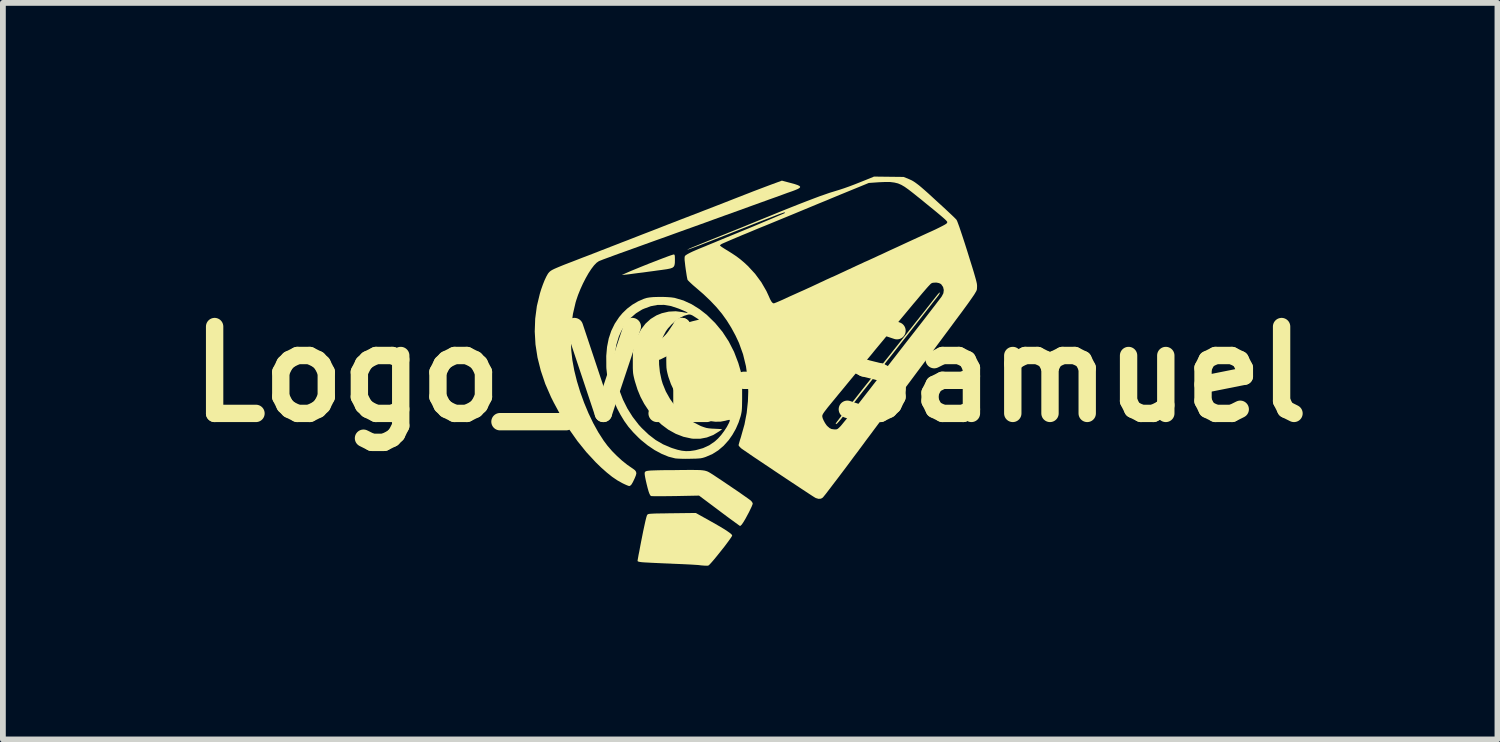
<source format=kicad_pcb>
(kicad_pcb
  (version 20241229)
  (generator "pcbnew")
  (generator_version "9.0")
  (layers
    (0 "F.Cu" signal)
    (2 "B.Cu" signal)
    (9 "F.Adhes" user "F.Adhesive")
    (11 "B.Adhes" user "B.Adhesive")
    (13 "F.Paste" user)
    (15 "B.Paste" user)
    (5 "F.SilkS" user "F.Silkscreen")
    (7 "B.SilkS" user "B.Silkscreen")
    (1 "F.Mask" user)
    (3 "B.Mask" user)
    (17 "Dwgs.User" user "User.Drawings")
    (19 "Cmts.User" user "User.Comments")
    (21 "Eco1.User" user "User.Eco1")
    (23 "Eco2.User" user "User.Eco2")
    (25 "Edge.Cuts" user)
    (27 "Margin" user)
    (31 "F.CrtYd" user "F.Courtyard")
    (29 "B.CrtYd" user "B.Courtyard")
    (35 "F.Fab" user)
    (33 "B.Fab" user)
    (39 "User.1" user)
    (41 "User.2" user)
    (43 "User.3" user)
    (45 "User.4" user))
  (footprint "Logo_V1-Samuel"
    (layer "F.Cu")
    (at 9.907 3.412)
    (property "Reference" "Logo_V1-Samuel" (at 0 0 0) (layer "F.SilkS") (effects (font (size 1.5 1.5) (thickness 0.3))))
    (attr board_only exclude_from_pos_files exclude_from_bom)
    (fp_poly (pts (xy -1.31 -2.064) (xy -1.304 -2.054) (xy -1.301 -2.031) (xy -1.3 -1.992) (xy -1.3 -1.972) (xy -1.301 -1.92) (xy -1.307 -1.882) (xy -1.32 -1.856) (xy -1.344 -1.837) (xy -1.382 -1.824) (xy -1.437 -1.813) (xy -1.478 -1.807) (xy -1.534 -1.799) (xy -1.603 -1.79) (xy -1.681 -1.779) (xy -1.765 -1.768) (xy -1.851 -1.756) (xy -1.934 -1.746) (xy -2.01 -1.736) (xy -2.076 -1.727) (xy -2.127 -1.721) (xy -2.156 -1.718) (xy -2.217 -1.712) (xy -2.156 -1.74) (xy -2.108 -1.761) (xy -2.048 -1.787) (xy -1.977 -1.816) (xy -1.899 -1.848) (xy -1.817 -1.881) (xy -1.732 -1.915) (xy -1.649 -1.947) (xy -1.569 -1.978) (xy -1.496 -2.006) (xy -1.432 -2.03) (xy -1.379 -2.049) (xy -1.342 -2.061) (xy -1.321 -2.067) (xy -1.319 -2.067)) (stroke (width 0) (type solid)) (fill yes) (layer "F.SilkS"))
    (fp_poly (pts (xy -0.706 2.528) (xy -0.598 2.589) (xy -0.51 2.64) (xy -0.439 2.683) (xy -0.385 2.719) (xy -0.346 2.747) (xy -0.322 2.768) (xy -0.312 2.784) (xy -0.311 2.788) (xy -0.318 2.803) (xy -0.337 2.832) (xy -0.366 2.873) (xy -0.402 2.922) (xy -0.444 2.978) (xy -0.49 3.036) (xy -0.537 3.095) (xy -0.583 3.152) (xy -0.625 3.203) (xy -0.663 3.247) (xy -0.693 3.28) (xy -0.713 3.3) (xy -0.716 3.303) (xy -0.739 3.309) (xy -0.784 3.308) (xy -0.849 3.303) (xy -0.872 3.3) (xy -0.898 3.297) (xy -0.944 3.294) (xy -1.006 3.29) (xy -1.081 3.286) (xy -1.167 3.282) (xy -1.26 3.278) (xy -1.358 3.274) (xy -1.367 3.273) (xy -1.495 3.268) (xy -1.603 3.263) (xy -1.692 3.259) (xy -1.764 3.255) (xy -1.821 3.252) (xy -1.865 3.249) (xy -1.897 3.245) (xy -1.919 3.241) (xy -1.933 3.237) (xy -1.941 3.233) (xy -1.944 3.228) (xy -1.945 3.224) (xy -1.943 3.209) (xy -1.937 3.175) (xy -1.928 3.124) (xy -1.915 3.06) (xy -1.901 2.984) (xy -1.885 2.9) (xy -1.871 2.83) (xy -1.848 2.714) (xy -1.827 2.617) (xy -1.81 2.539) (xy -1.796 2.482) (xy -1.785 2.445) (xy -1.778 2.431) (xy -1.773 2.425) (xy -1.765 2.42) (xy -1.754 2.416) (xy -1.736 2.413) (xy -1.71 2.411) (xy -1.673 2.409) (xy -1.624 2.407) (xy -1.559 2.406) (xy -1.477 2.405) (xy -1.375 2.403) (xy -1.349 2.403) (xy -0.939 2.398)) (stroke (width 0) (type solid)) (fill yes) (layer "F.SilkS"))
    (fp_poly (pts (xy -0.921 1.656) (xy -0.867 1.657) (xy -0.824 1.661) (xy -0.788 1.666) (xy -0.758 1.674) (xy -0.731 1.684) (xy -0.705 1.698) (xy -0.677 1.715) (xy -0.645 1.735) (xy -0.607 1.76) (xy -0.603 1.763) (xy -0.55 1.798) (xy -0.488 1.839) (xy -0.42 1.885) (xy -0.349 1.933) (xy -0.277 1.982) (xy -0.207 2.029) (xy -0.143 2.074) (xy -0.086 2.114) (xy -0.039 2.147) (xy -0.005 2.172) (xy 0.013 2.186) (xy 0.014 2.187) (xy 0.034 2.211) (xy 0.044 2.234) (xy 0.044 2.237) (xy 0.039 2.254) (xy 0.026 2.287) (xy 0.005 2.331) (xy -0.02 2.383) (xy -0.036 2.413) (xy -0.08 2.495) (xy -0.117 2.557) (xy -0.145 2.598) (xy -0.167 2.619) (xy -0.175 2.622) (xy -0.186 2.616) (xy -0.212 2.597) (xy -0.252 2.568) (xy -0.304 2.53) (xy -0.366 2.485) (xy -0.436 2.433) (xy -0.512 2.376) (xy -0.533 2.36) (xy -0.883 2.098) (xy -1.289 2.106) (xy -1.382 2.107) (xy -1.469 2.108) (xy -1.547 2.108) (xy -1.613 2.108) (xy -1.664 2.108) (xy -1.699 2.107) (xy -1.714 2.105) (xy -1.728 2.09) (xy -1.744 2.056) (xy -1.755 2.024) (xy -1.772 1.964) (xy -1.788 1.9) (xy -1.802 1.839) (xy -1.813 1.786) (xy -1.82 1.744) (xy -1.822 1.723) (xy -1.822 1.709) (xy -1.82 1.697) (xy -1.815 1.687) (xy -1.804 1.68) (xy -1.787 1.673) (xy -1.76 1.669) (xy -1.723 1.665) (xy -1.672 1.663) (xy -1.608 1.661) (xy -1.526 1.659) (xy -1.427 1.658) (xy -1.307 1.658) (xy -1.289 1.657) (xy -1.169 1.656) (xy -1.07 1.655) (xy -0.988 1.655)) (stroke (width 0) (type solid)) (fill yes) (layer "F.SilkS"))
    (fp_poly (pts (xy 3.273 -1.394) (xy 3.259 -1.369) (xy 3.255 -1.363) (xy 3.244 -1.349) (xy 3.221 -1.319) (xy 3.186 -1.275) (xy 3.142 -1.219) (xy 3.09 -1.152) (xy 3.031 -1.077) (xy 2.967 -0.995) (xy 2.898 -0.907) (xy 2.827 -0.817) (xy 2.754 -0.724) (xy 2.682 -0.632) (xy 2.61 -0.541) (xy 2.542 -0.454) (xy 2.478 -0.373) (xy 2.419 -0.298) (xy 2.367 -0.233) (xy 2.35 -0.211) (xy 2.321 -0.174) (xy 2.28 -0.122) (xy 2.229 -0.059) (xy 2.172 0.015) (xy 2.108 0.095) (xy 2.042 0.179) (xy 1.974 0.264) (xy 1.95 0.294) (xy 1.884 0.378) (xy 1.82 0.46) (xy 1.759 0.537) (xy 1.703 0.607) (xy 1.655 0.668) (xy 1.615 0.718) (xy 1.587 0.753) (xy 1.579 0.764) (xy 1.536 0.815) (xy 1.505 0.849) (xy 1.486 0.863) (xy 1.478 0.859) (xy 1.478 0.857) (xy 1.478 0.855) (xy 1.478 0.852) (xy 1.48 0.848) (xy 1.485 0.842) (xy 1.492 0.831) (xy 1.503 0.816) (xy 1.519 0.796) (xy 1.54 0.768) (xy 1.568 0.732) (xy 1.603 0.688) (xy 1.646 0.633) (xy 1.698 0.568) (xy 1.76 0.49) (xy 1.832 0.399) (xy 1.915 0.293) (xy 2.011 0.172) (xy 2.112 0.046) (xy 2.206 -0.073) (xy 2.288 -0.177) (xy 2.36 -0.267) (xy 2.423 -0.346) (xy 2.478 -0.416) (xy 2.528 -0.479) (xy 2.574 -0.537) (xy 2.617 -0.591) (xy 2.659 -0.645) (xy 2.703 -0.699) (xy 2.748 -0.757) (xy 2.798 -0.819) (xy 2.853 -0.889) (xy 2.889 -0.934) (xy 2.95 -1.011) (xy 3.01 -1.086) (xy 3.065 -1.157) (xy 3.115 -1.22) (xy 3.157 -1.274) (xy 3.189 -1.314) (xy 3.206 -1.336) (xy 3.234 -1.371) (xy 3.257 -1.397) (xy 3.272 -1.41) (xy 3.276 -1.41)) (stroke (width 0) (type solid)) (fill yes) (layer "F.SilkS"))
    (fp_poly (pts (xy 0.694 -3.303) (xy 0.768 -3.283) (xy 0.821 -3.265) (xy 0.853 -3.249) (xy 0.864 -3.233) (xy 0.854 -3.217) (xy 0.825 -3.199) (xy 0.775 -3.178) (xy 0.736 -3.163) (xy 0.699 -3.15) (xy 0.644 -3.131) (xy 0.576 -3.106) (xy 0.497 -3.077) (xy 0.411 -3.046) (xy 0.321 -3.014) (xy 0.272 -2.996) (xy 0.166 -2.958) (xy 0.047 -2.915) (xy -0.077 -2.87) (xy -0.201 -2.825) (xy -0.318 -2.783) (xy -0.421 -2.746) (xy -0.422 -2.746) (xy -0.526 -2.708) (xy -0.643 -2.666) (xy -0.766 -2.621) (xy -0.888 -2.577) (xy -1.002 -2.536) (xy -1.089 -2.505) (xy -1.189 -2.469) (xy -1.3 -2.429) (xy -1.415 -2.387) (xy -1.527 -2.347) (xy -1.631 -2.31) (xy -1.706 -2.283) (xy -1.872 -2.223) (xy -2.019 -2.17) (xy -2.146 -2.124) (xy -2.256 -2.085) (xy -2.349 -2.051) (xy -2.427 -2.022) (xy -2.49 -1.999) (xy -2.539 -1.981) (xy -2.576 -1.966) (xy -2.602 -1.956) (xy -2.615 -1.95) (xy -2.654 -1.923) (xy -2.698 -1.877) (xy -2.745 -1.815) (xy -2.794 -1.74) (xy -2.842 -1.655) (xy -2.889 -1.563) (xy -2.933 -1.466) (xy -2.973 -1.367) (xy -3.006 -1.269) (xy -3.015 -1.239) (xy -3.061 -1.041) (xy -3.089 -0.835) (xy -3.098 -0.62) (xy -3.09 -0.411) (xy -3.071 -0.241) (xy -3.038 -0.062) (xy -2.992 0.123) (xy -2.935 0.31) (xy -2.868 0.495) (xy -2.793 0.675) (xy -2.711 0.846) (xy -2.623 1.005) (xy -2.531 1.148) (xy -2.463 1.239) (xy -2.387 1.327) (xy -2.301 1.414) (xy -2.212 1.495) (xy -2.124 1.565) (xy -2.075 1.599) (xy -2.024 1.634) (xy -1.989 1.661) (xy -1.971 1.687) (xy -1.966 1.714) (xy -1.974 1.748) (xy -1.992 1.793) (xy -1.997 1.804) (xy -2.026 1.865) (xy -2.05 1.906) (xy -2.073 1.928) (xy -2.089 1.933) (xy -2.107 1.928) (xy -2.14 1.915) (xy -2.181 1.896) (xy -2.208 1.883) (xy -2.297 1.833) (xy -2.385 1.773) (xy -2.476 1.7) (xy -2.573 1.614) (xy -2.667 1.523) (xy -2.83 1.347) (xy -2.983 1.157) (xy -3.127 0.953) (xy -3.263 0.731) (xy -3.393 0.49) (xy -3.44 0.396) (xy -3.539 0.169) (xy -3.616 -0.059) (xy -3.673 -0.286) (xy -3.708 -0.512) (xy -3.721 -0.736) (xy -3.713 -0.958) (xy -3.684 -1.177) (xy -3.632 -1.392) (xy -3.609 -1.467) (xy -3.579 -1.551) (xy -3.549 -1.626) (xy -3.519 -1.689) (xy -3.492 -1.736) (xy -3.475 -1.757) (xy -3.46 -1.772) (xy -3.442 -1.786) (xy -3.417 -1.801) (xy -3.385 -1.817) (xy -3.342 -1.836) (xy -3.287 -1.859) (xy -3.216 -1.888) (xy -3.128 -1.922) (xy -3.083 -1.939) (xy -2.993 -1.974) (xy -2.893 -2.013) (xy -2.79 -2.052) (xy -2.692 -2.09) (xy -2.605 -2.124) (xy -2.583 -2.133) (xy -2.504 -2.163) (xy -2.41 -2.2) (xy -2.309 -2.239) (xy -2.207 -2.279) (xy -2.11 -2.316) (xy -2.067 -2.333) (xy -1.972 -2.37) (xy -1.867 -2.411) (xy -1.758 -2.453) (xy -1.652 -2.494) (xy -1.557 -2.531) (xy -1.522 -2.545) (xy -1.43 -2.581) (xy -1.326 -2.621) (xy -1.216 -2.664) (xy -1.109 -2.705) (xy -1.013 -2.742) (xy -0.994 -2.749) (xy -0.814 -2.819) (xy -0.63 -2.89) (xy -0.448 -2.961) (xy -0.272 -3.03) (xy -0.108 -3.094) (xy -0.028 -3.125) (xy 0.053 -3.157) (xy 0.143 -3.191) (xy 0.235 -3.226) (xy 0.32 -3.258) (xy 0.36 -3.273) (xy 0.548 -3.342)) (stroke (width 0) (type solid)) (fill yes) (layer "F.SilkS"))
    (fp_poly (pts (xy -1.438 -1.331) (xy -1.367 -1.326) (xy -1.309 -1.318) (xy -1.297 -1.315) (xy -1.152 -1.272) (xy -1.011 -1.207) (xy -0.873 -1.121) (xy -0.749 -1.024) (xy -0.606 -0.884) (xy -0.479 -0.731) (xy -0.37 -0.564) (xy -0.278 -0.384) (xy -0.205 -0.193) (xy -0.165 -0.056) (xy -0.157 -0.022) (xy -0.151 0.01) (xy -0.146 0.042) (xy -0.143 0.079) (xy -0.141 0.123) (xy -0.14 0.179) (xy -0.139 0.251) (xy -0.139 0.339) (xy -0.139 0.428) (xy -0.14 0.499) (xy -0.141 0.555) (xy -0.143 0.599) (xy -0.146 0.635) (xy -0.151 0.666) (xy -0.157 0.696) (xy -0.165 0.728) (xy -0.2 0.835) (xy -0.248 0.945) (xy -0.307 1.049) (xy -0.37 1.139) (xy -0.459 1.238) (xy -0.552 1.317) (xy -0.652 1.38) (xy -0.763 1.428) (xy -0.765 1.429) (xy -0.798 1.44) (xy -0.827 1.448) (xy -0.858 1.454) (xy -0.895 1.457) (xy -0.943 1.46) (xy -1.006 1.461) (xy -1.044 1.462) (xy -1.113 1.463) (xy -1.177 1.462) (xy -1.234 1.46) (xy -1.277 1.457) (xy -1.296 1.455) (xy -1.41 1.426) (xy -1.529 1.377) (xy -1.65 1.312) (xy -1.77 1.231) (xy -1.886 1.137) (xy -1.925 1.101) (xy -2.021 1.004) (xy -2.103 0.909) (xy -2.175 0.809) (xy -2.242 0.698) (xy -2.295 0.598) (xy -2.371 0.427) (xy -2.427 0.256) (xy -2.464 0.081) (xy -2.484 -0.103) (xy -2.485 -0.139) (xy -2.485 -0.202) (xy -2.343 -0.202) (xy -2.331 -0.041) (xy -2.303 0.121) (xy -2.258 0.282) (xy -2.197 0.441) (xy -2.121 0.593) (xy -2.03 0.738) (xy -1.925 0.874) (xy -1.872 0.932) (xy -1.753 1.045) (xy -1.632 1.138) (xy -1.505 1.212) (xy -1.371 1.269) (xy -1.346 1.278) (xy -1.256 1.306) (xy -1.179 1.323) (xy -1.109 1.33) (xy -1.038 1.328) (xy -0.962 1.317) (xy -0.936 1.312) (xy -0.814 1.278) (xy -0.707 1.229) (xy -0.611 1.163) (xy -0.556 1.113) (xy -0.502 1.053) (xy -0.45 0.984) (xy -0.403 0.912) (xy -0.367 0.844) (xy -0.356 0.817) (xy -0.351 0.799) (xy -0.356 0.79) (xy -0.373 0.791) (xy -0.407 0.799) (xy -0.429 0.805) (xy -0.511 0.821) (xy -0.603 0.822) (xy -0.698 0.81) (xy -0.79 0.784) (xy -0.849 0.759) (xy -0.928 0.714) (xy -1.008 0.659) (xy -1.08 0.602) (xy -1.093 0.589) (xy -1.172 0.506) (xy -1.246 0.405) (xy -1.312 0.292) (xy -1.369 0.171) (xy -1.412 0.049) (xy -1.418 0.028) (xy -1.431 -0.023) (xy -1.44 -0.066) (xy -1.446 -0.111) (xy -1.448 -0.162) (xy -1.449 -0.228) (xy -1.449 -0.239) (xy -1.448 -0.328) (xy -1.442 -0.401) (xy -1.43 -0.465) (xy -1.411 -0.528) (xy -1.384 -0.594) (xy -1.372 -0.62) (xy -1.333 -0.688) (xy -1.281 -0.753) (xy -1.222 -0.81) (xy -1.162 -0.855) (xy -1.139 -0.867) (xy -1.102 -0.882) (xy -1.052 -0.898) (xy -0.999 -0.913) (xy -0.983 -0.917) (xy -0.883 -0.941) (xy -0.956 -0.988) (xy -0.994 -1.012) (xy -1.022 -1.025) (xy -1.044 -1.03) (xy -1.069 -1.029) (xy -1.072 -1.028) (xy -1.14 -1.008) (xy -1.213 -0.972) (xy -1.286 -0.921) (xy -1.357 -0.859) (xy -1.42 -0.79) (xy -1.456 -0.74) (xy -1.504 -0.649) (xy -1.54 -0.542) (xy -1.564 -0.424) (xy -1.575 -0.297) (xy -1.573 -0.165) (xy -1.559 -0.032) (xy -1.531 0.099) (xy -1.511 0.166) (xy -1.457 0.299) (xy -1.385 0.427) (xy -1.3 0.547) (xy -1.202 0.656) (xy -1.094 0.752) (xy -0.979 0.832) (xy -0.86 0.893) (xy -0.841 0.901) (xy -0.796 0.917) (xy -0.757 0.929) (xy -0.714 0.936) (xy -0.663 0.941) (xy -0.617 0.943) (xy -0.483 0.95) (xy -0.533 0.987) (xy -0.637 1.051) (xy -0.748 1.094) (xy -0.863 1.116) (xy -0.983 1.116) (xy -1.016 1.112) (xy -1.153 1.082) (xy -1.285 1.031) (xy -1.413 0.96) (xy -1.533 0.87) (xy -1.645 0.762) (xy -1.748 0.638) (xy -1.831 0.512) (xy -1.894 0.393) (xy -1.946 0.267) (xy -1.99 0.127) (xy -1.997 0.102) (xy -2.008 0.057) (xy -2.016 0.02) (xy -2.022 -0.017) (xy -2.025 -0.057) (xy -2.027 -0.106) (xy -2.027 -0.168) (xy -2.027 -0.222) (xy -2.027 -0.297) (xy -2.025 -0.353) (xy -2.023 -0.397) (xy -2.019 -0.433) (xy -2.013 -0.465) (xy -2.005 -0.498) (xy -1.996 -0.527) (xy -1.946 -0.659) (xy -1.883 -0.775) (xy -1.807 -0.873) (xy -1.719 -0.953) (xy -1.618 -1.015) (xy -1.526 -1.052) (xy -1.405 -1.08) (xy -1.286 -1.086) (xy -1.179 -1.073) (xy -1.128 -1.063) (xy -1.095 -1.058) (xy -1.08 -1.059) (xy -1.085 -1.065) (xy -1.108 -1.078) (xy -1.152 -1.097) (xy -1.216 -1.124) (xy -1.244 -1.135) (xy -1.368 -1.176) (xy -1.487 -1.196) (xy -1.602 -1.195) (xy -1.717 -1.173) (xy -1.834 -1.13) (xy -1.866 -1.116) (xy -1.973 -1.05) (xy -2.07 -0.966) (xy -2.154 -0.865) (xy -2.225 -0.747) (xy -2.268 -0.651) (xy -2.311 -0.509) (xy -2.336 -0.358) (xy -2.343 -0.202) (xy -2.485 -0.202) (xy -2.486 -0.313) (xy -2.472 -0.471) (xy -2.443 -0.616) (xy -2.399 -0.748) (xy -2.339 -0.871) (xy -2.263 -0.985) (xy -2.205 -1.054) (xy -2.125 -1.131) (xy -2.034 -1.2) (xy -1.935 -1.258) (xy -1.836 -1.301) (xy -1.784 -1.317) (xy -1.735 -1.325) (xy -1.671 -1.331) (xy -1.596 -1.333) (xy -1.516 -1.334)) (stroke (width 0) (type solid)) (fill yes) (layer "F.SilkS"))
    (fp_poly (pts (xy 2.394 -3.409) (xy 2.65 -3.406) (xy 2.739 -3.37) (xy 2.766 -3.358) (xy 2.792 -3.346) (xy 2.818 -3.331) (xy 2.847 -3.312) (xy 2.88 -3.288) (xy 2.918 -3.259) (xy 2.962 -3.222) (xy 3.015 -3.176) (xy 3.077 -3.121) (xy 3.15 -3.054) (xy 3.236 -2.975) (xy 3.337 -2.883) (xy 3.377 -2.846) (xy 3.429 -2.797) (xy 3.476 -2.753) (xy 3.516 -2.715) (xy 3.545 -2.686) (xy 3.561 -2.669) (xy 3.563 -2.667) (xy 3.574 -2.646) (xy 3.59 -2.604) (xy 3.612 -2.544) (xy 3.639 -2.464) (xy 3.671 -2.368) (xy 3.708 -2.255) (xy 3.749 -2.126) (xy 3.793 -1.984) (xy 3.807 -1.939) (xy 3.839 -1.837) (xy 3.864 -1.755) (xy 3.883 -1.689) (xy 3.898 -1.636) (xy 3.908 -1.596) (xy 3.915 -1.565) (xy 3.918 -1.54) (xy 3.919 -1.52) (xy 3.918 -1.503) (xy 3.918 -1.502) (xy 3.918 -1.491) (xy 3.917 -1.483) (xy 3.917 -1.474) (xy 3.916 -1.466) (xy 3.914 -1.456) (xy 3.91 -1.445) (xy 3.904 -1.431) (xy 3.894 -1.415) (xy 3.882 -1.394) (xy 3.866 -1.368) (xy 3.845 -1.338) (xy 3.819 -1.3) (xy 3.788 -1.256) (xy 3.751 -1.204) (xy 3.707 -1.144) (xy 3.656 -1.074) (xy 3.597 -0.995) (xy 3.53 -0.905) (xy 3.455 -0.803) (xy 3.37 -0.689) (xy 3.275 -0.561) (xy 3.17 -0.42) (xy 3.054 -0.265) (xy 2.926 -0.094) (xy 2.787 0.093) (xy 2.635 0.296) (xy 2.578 0.372) (xy 2.491 0.488) (xy 2.403 0.606) (xy 2.315 0.724) (xy 2.229 0.839) (xy 2.146 0.95) (xy 2.069 1.054) (xy 1.999 1.147) (xy 1.939 1.229) (xy 1.889 1.296) (xy 1.874 1.317) (xy 1.799 1.416) (xy 1.725 1.516) (xy 1.652 1.614) (xy 1.58 1.709) (xy 1.513 1.798) (xy 1.45 1.88) (xy 1.394 1.954) (xy 1.345 2.018) (xy 1.306 2.069) (xy 1.276 2.106) (xy 1.258 2.128) (xy 1.256 2.131) (xy 1.223 2.151) (xy 1.18 2.154) (xy 1.133 2.14) (xy 1.128 2.137) (xy 1.109 2.126) (xy 1.074 2.104) (xy 1.025 2.072) (xy 0.963 2.031) (xy 0.891 1.984) (xy 0.81 1.93) (xy 0.722 1.872) (xy 0.63 1.811) (xy 0.534 1.747) (xy 0.438 1.683) (xy 0.343 1.619) (xy 0.25 1.557) (xy 0.162 1.498) (xy 0.081 1.444) (xy 0.009 1.395) (xy -0.053 1.352) (xy -0.103 1.318) (xy -0.138 1.294) (xy -0.157 1.28) (xy -0.159 1.278) (xy -0.183 1.254) (xy -0.198 1.234) (xy -0.2 1.227) (xy -0.197 1.211) (xy -0.188 1.179) (xy -0.175 1.134) (xy -0.158 1.082) (xy -0.155 1.07) (xy -0.098 0.868) (xy -0.071 0.727) (xy 1.245 0.727) (xy 1.251 0.759) (xy 1.269 0.801) (xy 1.293 0.845) (xy 1.32 0.884) (xy 1.334 0.899) (xy 1.37 0.931) (xy 1.405 0.948) (xy 1.448 0.954) (xy 1.463 0.955) (xy 1.489 0.954) (xy 1.509 0.947) (xy 1.53 0.93) (xy 1.559 0.901) (xy 1.563 0.897) (xy 1.584 0.872) (xy 1.615 0.834) (xy 1.657 0.783) (xy 1.709 0.718) (xy 1.772 0.638) (xy 1.847 0.542) (xy 1.934 0.43) (xy 2.034 0.301) (xy 2.078 0.245) (xy 2.1 0.216) (xy 2.134 0.172) (xy 2.179 0.114) (xy 2.234 0.045) (xy 2.295 -0.034) (xy 2.363 -0.121) (xy 2.435 -0.214) (xy 2.51 -0.31) (xy 2.567 -0.384) (xy 2.695 -0.549) (xy 2.81 -0.696) (xy 2.912 -0.827) (xy 3.002 -0.942) (xy 3.079 -1.042) (xy 3.145 -1.128) (xy 3.2 -1.199) (xy 3.243 -1.256) (xy 3.277 -1.3) (xy 3.301 -1.332) (xy 3.309 -1.343) (xy 3.337 -1.397) (xy 3.344 -1.453) (xy 3.332 -1.505) (xy 3.3 -1.551) (xy 3.293 -1.557) (xy 3.263 -1.572) (xy 3.22 -1.581) (xy 3.174 -1.58) (xy 3.147 -1.576) (xy 3.142 -1.574) (xy 3.136 -1.571) (xy 3.128 -1.567) (xy 3.119 -1.56) (xy 3.108 -1.549) (xy 3.093 -1.533) (xy 3.073 -1.512) (xy 3.049 -1.485) (xy 3.018 -1.449) (xy 2.98 -1.405) (xy 2.935 -1.352) (xy 2.882 -1.288) (xy 2.818 -1.213) (xy 2.745 -1.125) (xy 2.661 -1.024) (xy 2.565 -0.909) (xy 2.456 -0.778) (xy 2.354 -0.655) (xy 2.318 -0.611) (xy 2.271 -0.554) (xy 2.214 -0.486) (xy 2.152 -0.411) (xy 2.087 -0.331) (xy 2.02 -0.251) (xy 1.976 -0.198) (xy 1.905 -0.111) (xy 1.827 -0.017) (xy 1.747 0.08) (xy 1.668 0.176) (xy 1.595 0.265) (xy 1.53 0.343) (xy 1.509 0.369) (xy 1.44 0.453) (xy 1.384 0.521) (xy 1.339 0.576) (xy 1.305 0.62) (xy 1.28 0.653) (xy 1.263 0.678) (xy 1.252 0.698) (xy 1.247 0.712) (xy 1.245 0.724) (xy 1.245 0.727) (xy -0.071 0.727) (xy -0.06 0.67) (xy -0.039 0.47) (xy -0.033 0.3) (xy -0.043 0.076) (xy -0.073 -0.138) (xy -0.123 -0.343) (xy -0.193 -0.538) (xy -0.253 -0.666) (xy -0.326 -0.801) (xy -0.403 -0.925) (xy -0.487 -1.042) (xy -0.581 -1.155) (xy -0.687 -1.267) (xy -0.808 -1.382) (xy -0.941 -1.497) (xy -0.988 -1.537) (xy -1.028 -1.574) (xy -1.059 -1.604) (xy -1.078 -1.624) (xy -1.082 -1.63) (xy -1.088 -1.656) (xy -1.096 -1.698) (xy -1.104 -1.751) (xy -1.113 -1.81) (xy -1.121 -1.869) (xy -1.127 -1.923) (xy -1.132 -1.966) (xy -1.133 -1.991) (xy -1.132 -2.021) (xy -1.127 -2.04) (xy -1.111 -2.055) (xy -1.082 -2.073) (xy -1.075 -2.077) (xy -1.041 -2.095) (xy -0.993 -2.118) (xy -0.938 -2.142) (xy -0.889 -2.163) (xy -0.835 -2.185) (xy -0.768 -2.212) (xy -0.743 -2.223) (xy -0.522 -2.223) (xy -0.513 -2.213) (xy -0.489 -2.195) (xy -0.452 -2.171) (xy -0.407 -2.143) (xy -0.401 -2.14) (xy -0.312 -2.084) (xy -0.237 -2.034) (xy -0.171 -1.984) (xy -0.107 -1.93) (xy -0.041 -1.869) (xy -0.04 -1.868) (xy 0.085 -1.733) (xy 0.192 -1.588) (xy 0.28 -1.436) (xy 0.318 -1.354) (xy 0.344 -1.295) (xy 0.366 -1.255) (xy 0.385 -1.232) (xy 0.403 -1.223) (xy 0.408 -1.222) (xy 0.423 -1.227) (xy 0.454 -1.239) (xy 0.499 -1.258) (xy 0.554 -1.282) (xy 0.615 -1.31) (xy 0.62 -1.313) (xy 0.688 -1.344) (xy 0.755 -1.374) (xy 0.817 -1.402) (xy 0.868 -1.425) (xy 0.9 -1.439) (xy 0.936 -1.455) (xy 0.988 -1.479) (xy 1.05 -1.507) (xy 1.118 -1.539) (xy 1.189 -1.572) (xy 1.198 -1.577) (xy 1.262 -1.606) (xy 1.318 -1.633) (xy 1.365 -1.654) (xy 1.399 -1.67) (xy 1.416 -1.677) (xy 1.418 -1.678) (xy 1.429 -1.682) (xy 1.457 -1.695) (xy 1.501 -1.715) (xy 1.556 -1.741) (xy 1.621 -1.771) (xy 1.693 -1.805) (xy 1.698 -1.807) (xy 1.771 -1.841) (xy 1.839 -1.873) (xy 1.898 -1.9) (xy 1.946 -1.922) (xy 1.979 -1.938) (xy 1.996 -1.945) (xy 1.996 -1.945) (xy 2.012 -1.952) (xy 2.046 -1.967) (xy 2.093 -1.989) (xy 2.151 -2.015) (xy 2.216 -2.046) (xy 2.257 -2.064) (xy 2.408 -2.135) (xy 2.561 -2.205) (xy 2.72 -2.279) (xy 2.89 -2.357) (xy 3.075 -2.442) (xy 3.133 -2.468) (xy 3.202 -2.5) (xy 3.265 -2.531) (xy 3.318 -2.558) (xy 3.359 -2.58) (xy 3.385 -2.596) (xy 3.392 -2.602) (xy 3.403 -2.617) (xy 3.404 -2.63) (xy 3.392 -2.646) (xy 3.375 -2.664) (xy 3.357 -2.681) (xy 3.324 -2.71) (xy 3.278 -2.749) (xy 3.223 -2.795) (xy 3.16 -2.847) (xy 3.092 -2.902) (xy 3.022 -2.959) (xy 2.953 -3.016) (xy 2.886 -3.069) (xy 2.824 -3.119) (xy 2.77 -3.161) (xy 2.731 -3.191) (xy 2.669 -3.235) (xy 2.611 -3.269) (xy 2.553 -3.294) (xy 2.491 -3.309) (xy 2.42 -3.318) (xy 2.338 -3.319) (xy 2.239 -3.315) (xy 2.205 -3.313) (xy 2.049 -3.302) (xy 1.827 -3.211) (xy 1.751 -3.18) (xy 1.661 -3.143) (xy 1.563 -3.103) (xy 1.464 -3.062) (xy 1.37 -3.023) (xy 1.328 -3.005) (xy 1.188 -2.948) (xy 1.046 -2.889) (xy 0.906 -2.831) (xy 0.769 -2.774) (xy 0.638 -2.72) (xy 0.516 -2.67) (xy 0.407 -2.625) (xy 0.312 -2.586) (xy 0.234 -2.554) (xy 0.228 -2.552) (xy 0.137 -2.515) (xy 0.044 -2.476) (xy -0.049 -2.437) (xy -0.14 -2.4) (xy -0.225 -2.364) (xy -0.303 -2.331) (xy -0.371 -2.302) (xy -0.426 -2.278) (xy -0.465 -2.261) (xy -0.487 -2.251) (xy -0.488 -2.251) (xy -0.511 -2.236) (xy -0.522 -2.224) (xy -0.522 -2.223) (xy -0.743 -2.223) (xy -0.692 -2.244) (xy -0.616 -2.275) (xy -0.561 -2.298) (xy -0.481 -2.331) (xy -0.392 -2.368) (xy -0.302 -2.405) (xy -0.219 -2.439) (xy -0.178 -2.456) (xy -0.088 -2.493) (xy 0.005 -2.531) (xy 0.098 -2.57) (xy 0.19 -2.609) (xy 0.278 -2.646) (xy 0.36 -2.68) (xy 0.433 -2.711) (xy 0.496 -2.738) (xy 0.546 -2.759) (xy 0.58 -2.774) (xy 0.597 -2.782) (xy 0.598 -2.783) (xy 0.598 -2.794) (xy 0.598 -2.795) (xy 0.591 -2.794) (xy 0.574 -2.789) (xy 0.546 -2.779) (xy 0.505 -2.765) (xy 0.45 -2.744) (xy 0.381 -2.717) (xy 0.296 -2.684) (xy 0.194 -2.645) (xy 0.075 -2.598) (xy -0.063 -2.543) (xy -0.2 -2.489) (xy -0.376 -2.419) (xy -0.532 -2.358) (xy -0.668 -2.305) (xy -0.784 -2.26) (xy -0.881 -2.222) (xy -0.959 -2.193) (xy -1.018 -2.171) (xy -1.059 -2.157) (xy -1.081 -2.151) (xy -1.085 -2.152) (xy -1.085 -2.152) (xy -1.072 -2.158) (xy -1.039 -2.173) (xy -0.985 -2.196) (xy -0.911 -2.226) (xy -0.816 -2.265) (xy -0.702 -2.311) (xy -0.568 -2.365) (xy -0.415 -2.426) (xy -0.394 -2.435) (xy -0.306 -2.47) (xy -0.229 -2.501) (xy -0.156 -2.53) (xy -0.083 -2.56) (xy -0.003 -2.593) (xy 0.09 -2.631) (xy 0.139 -2.651) (xy 0.343 -2.734) (xy 0.528 -2.81) (xy 0.695 -2.877) (xy 0.844 -2.936) (xy 0.978 -2.988) (xy 1.096 -3.033) (xy 1.2 -3.072) (xy 1.292 -3.104) (xy 1.372 -3.132) (xy 1.441 -3.153) (xy 1.47 -3.162) (xy 1.545 -3.185) (xy 1.624 -3.211) (xy 1.711 -3.242) (xy 1.809 -3.279) (xy 1.922 -3.324) (xy 2 -3.355) (xy 2.139 -3.412)) (stroke (width 0) (type solid)) (fill yes) (layer "F.SilkS")))
  (gr_rect
    (start -3 -3)
    (end 22.814 9.721)
    (stroke (width 0.1) (type default))
    (fill no)
    (layer "Edge.Cuts")))
</source>
